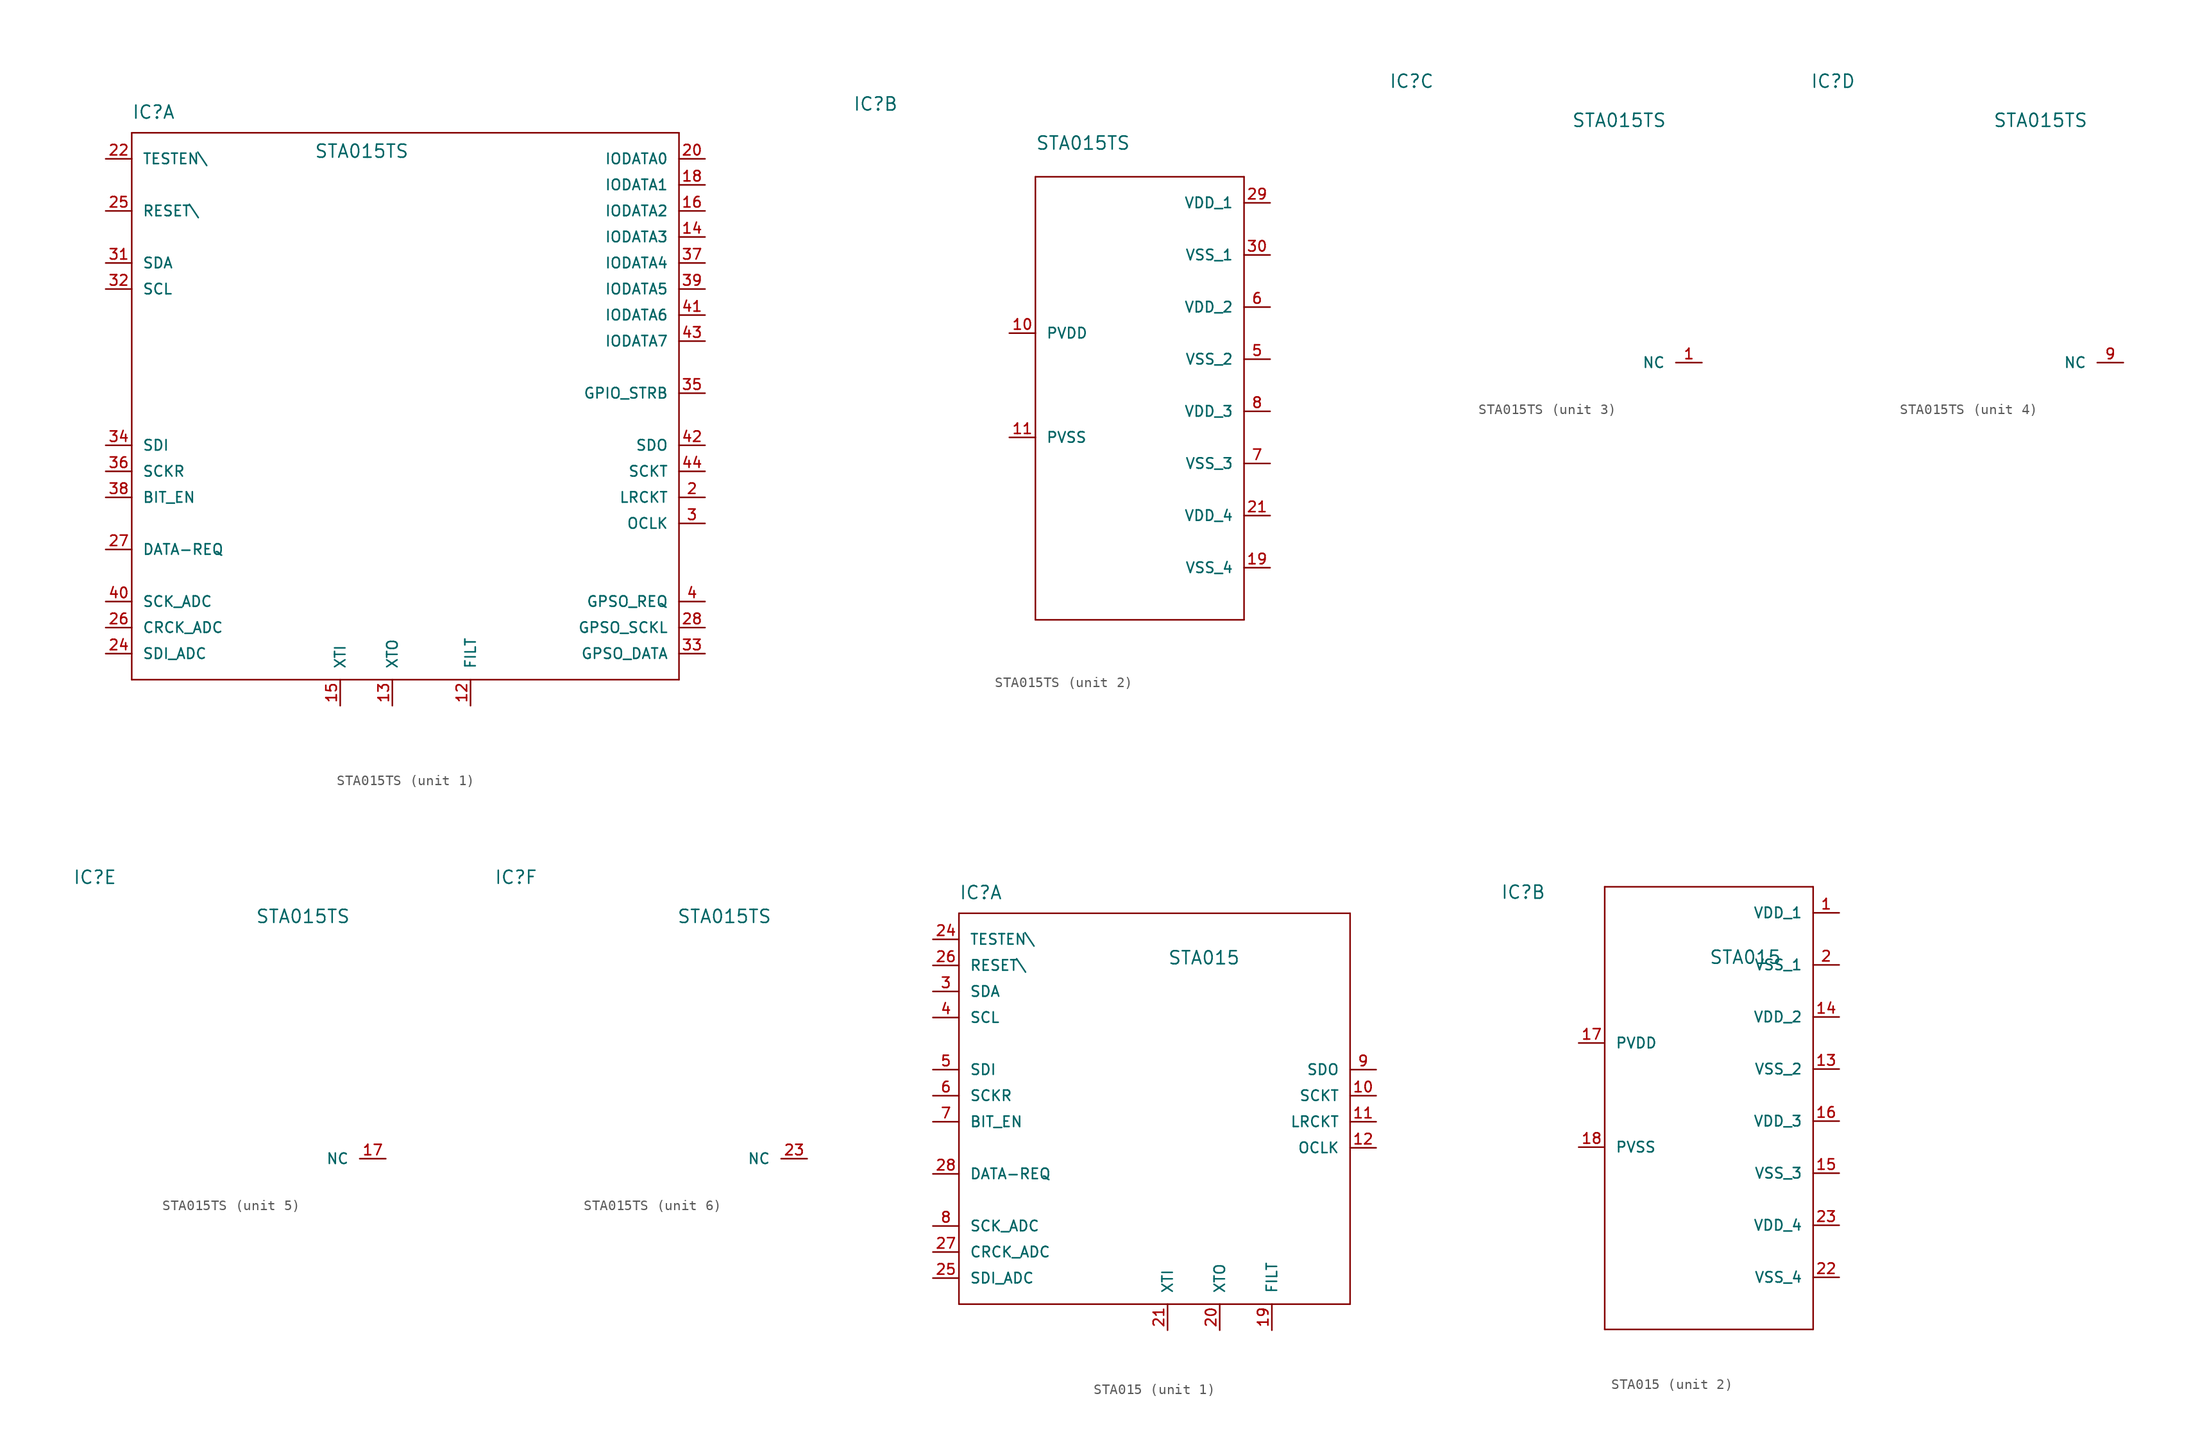
<source format=kicad_sym>
(kicad_symbol_lib
  (version 20211014)
  (generator kicad_symbol_editor)
  (symbol "STA015TS"
    (pin_names
      (offset 1.016))
    (property "Reference" "IC"
      (at -27.94 26.67 0)
      (effects (font (size 1.27 1.27)) (justify left bottom)))
    (property "Value" "STA015TS"
      (at -10.16 22.86 0)
      (effects (font (size 1.27 1.27)) (justify left bottom)))
    (property "ki_locked" ""
      (at 0 0 0)
      (effects (font (size 1.27 1.27))))
    (symbol "STA015TS_1_0"
      (polyline (pts (xy -27.94 -27.94) (xy -27.94 25.4)) (stroke (width 0) (type default) (color 0 0 0 0)) (fill (type none)))
      (polyline (pts (xy -27.94 25.4) (xy 25.4 25.4)) (stroke (width 0) (type default) (color 0 0 0 0)) (fill (type none)))
      (polyline (pts (xy 25.4 -27.94) (xy -27.94 -27.94)) (stroke (width 0) (type default) (color 0 0 0 0)) (fill (type none)))
      (polyline (pts (xy 25.4 25.4) (xy 25.4 -27.94)) (stroke (width 0) (type default) (color 0 0 0 0)) (fill (type none))))
    (symbol "STA015TS_1_1"
      (pin output line (at 5.08 -30.48 90) (length 2.54) (name "FILT" (effects (font (size 1.016 1.016)))) (number "12" (effects (font (size 1.016 1.016)))))
      (pin output line (at -2.54 -30.48 90) (length 2.54) (name "XTO" (effects (font (size 1.016 1.016)))) (number "13" (effects (font (size 1.016 1.016)))))
      (pin bidirectional line (at 27.94 15.24 180) (length 2.54) (name "IODATA3" (effects (font (size 1.016 1.016)))) (number "14" (effects (font (size 1.016 1.016)))))
      (pin input line (at -7.62 -30.48 90) (length 2.54) (name "XTI" (effects (font (size 1.016 1.016)))) (number "15" (effects (font (size 1.016 1.016)))))
      (pin bidirectional line (at 27.94 17.78 180) (length 2.54) (name "IODATA2" (effects (font (size 1.016 1.016)))) (number "16" (effects (font (size 1.016 1.016)))))
      (pin bidirectional line (at 27.94 20.32 180) (length 2.54) (name "IODATA1" (effects (font (size 1.016 1.016)))) (number "18" (effects (font (size 1.016 1.016)))))
      (pin output line (at 27.94 -10.16 180) (length 2.54) (name "LRCKT" (effects (font (size 1.016 1.016)))) (number "2" (effects (font (size 1.016 1.016)))))
      (pin bidirectional line (at 27.94 22.86 180) (length 2.54) (name "IODATA0" (effects (font (size 1.016 1.016)))) (number "20" (effects (font (size 1.016 1.016)))))
      (pin input line (at -30.48 22.86 0) (length 2.54) (name "TESTEN\\" (effects (font (size 1.016 1.016)))) (number "22" (effects (font (size 1.016 1.016)))))
      (pin input line (at -30.48 -25.4 0) (length 2.54) (name "SDI_ADC" (effects (font (size 1.016 1.016)))) (number "24" (effects (font (size 1.016 1.016)))))
      (pin input line (at -30.48 17.78 0) (length 2.54) (name "RESET\\" (effects (font (size 1.016 1.016)))) (number "25" (effects (font (size 1.016 1.016)))))
      (pin input line (at -30.48 -22.86 0) (length 2.54) (name "CRCK_ADC" (effects (font (size 1.016 1.016)))) (number "26" (effects (font (size 1.016 1.016)))))
      (pin output line (at -30.48 -15.24 0) (length 2.54) (name "DATA-REQ" (effects (font (size 1.016 1.016)))) (number "27" (effects (font (size 1.016 1.016)))))
      (pin output line (at 27.94 -22.86 180) (length 2.54) (name "GPSO_SCKL" (effects (font (size 1.016 1.016)))) (number "28" (effects (font (size 1.016 1.016)))))
      (pin bidirectional line (at 27.94 -12.7 180) (length 2.54) (name "OCLK" (effects (font (size 1.016 1.016)))) (number "3" (effects (font (size 1.016 1.016)))))
      (pin bidirectional line (at -30.48 12.7 0) (length 2.54) (name "SDA" (effects (font (size 1.016 1.016)))) (number "31" (effects (font (size 1.016 1.016)))))
      (pin input line (at -30.48 10.16 0) (length 2.54) (name "SCL" (effects (font (size 1.016 1.016)))) (number "32" (effects (font (size 1.016 1.016)))))
      (pin output line (at 27.94 -25.4 180) (length 2.54) (name "GPSO_DATA" (effects (font (size 1.016 1.016)))) (number "33" (effects (font (size 1.016 1.016)))))
      (pin input line (at -30.48 -5.08 0) (length 2.54) (name "SDI" (effects (font (size 1.016 1.016)))) (number "34" (effects (font (size 1.016 1.016)))))
      (pin bidirectional line (at 27.94 0 180) (length 2.54) (name "GPIO_STRB" (effects (font (size 1.016 1.016)))) (number "35" (effects (font (size 1.016 1.016)))))
      (pin input line (at -30.48 -7.62 0) (length 2.54) (name "SCKR" (effects (font (size 1.016 1.016)))) (number "36" (effects (font (size 1.016 1.016)))))
      (pin bidirectional line (at 27.94 12.7 180) (length 2.54) (name "IODATA4" (effects (font (size 1.016 1.016)))) (number "37" (effects (font (size 1.016 1.016)))))
      (pin input line (at -30.48 -10.16 0) (length 2.54) (name "BIT_EN" (effects (font (size 1.016 1.016)))) (number "38" (effects (font (size 1.016 1.016)))))
      (pin bidirectional line (at 27.94 10.16 180) (length 2.54) (name "IODATA5" (effects (font (size 1.016 1.016)))) (number "39" (effects (font (size 1.016 1.016)))))
      (pin output line (at 27.94 -20.32 180) (length 2.54) (name "GPSO_REQ" (effects (font (size 1.016 1.016)))) (number "4" (effects (font (size 1.016 1.016)))))
      (pin input line (at -30.48 -20.32 0) (length 2.54) (name "SCK_ADC" (effects (font (size 1.016 1.016)))) (number "40" (effects (font (size 1.016 1.016)))))
      (pin bidirectional line (at 27.94 7.62 180) (length 2.54) (name "IODATA6" (effects (font (size 1.016 1.016)))) (number "41" (effects (font (size 1.016 1.016)))))
      (pin output line (at 27.94 -5.08 180) (length 2.54) (name "SDO" (effects (font (size 1.016 1.016)))) (number "42" (effects (font (size 1.016 1.016)))))
      (pin bidirectional line (at 27.94 5.08 180) (length 2.54) (name "IODATA7" (effects (font (size 1.016 1.016)))) (number "43" (effects (font (size 1.016 1.016)))))
      (pin output line (at 27.94 -7.62 180) (length 2.54) (name "SCKT" (effects (font (size 1.016 1.016)))) (number "44" (effects (font (size 1.016 1.016))))))
    (symbol "STA015TS_2_0"
      (polyline (pts (xy -10.16 -22.86) (xy -10.16 20.32)) (stroke (width 0) (type default) (color 0 0 0 0)) (fill (type none)))
      (polyline (pts (xy -10.16 20.32) (xy 10.16 20.32)) (stroke (width 0) (type default) (color 0 0 0 0)) (fill (type none)))
      (polyline (pts (xy 10.16 -22.86) (xy -10.16 -22.86)) (stroke (width 0) (type default) (color 0 0 0 0)) (fill (type none)))
      (polyline (pts (xy 10.16 20.32) (xy 10.16 -22.86)) (stroke (width 0) (type default) (color 0 0 0 0)) (fill (type none))))
    (symbol "STA015TS_2_1"
      (pin power_in line (at -12.7 5.08 0) (length 2.54) (name "PVDD" (effects (font (size 1.016 1.016)))) (number "10" (effects (font (size 1.016 1.016)))))
      (pin power_in line (at -12.7 -5.08 0) (length 2.54) (name "PVSS" (effects (font (size 1.016 1.016)))) (number "11" (effects (font (size 1.016 1.016)))))
      (pin power_in line (at 12.7 -17.78 180) (length 2.54) (name "VSS_4" (effects (font (size 1.016 1.016)))) (number "19" (effects (font (size 1.016 1.016)))))
      (pin power_in line (at 12.7 -12.7 180) (length 2.54) (name "VDD_4" (effects (font (size 1.016 1.016)))) (number "21" (effects (font (size 1.016 1.016)))))
      (pin power_in line (at 12.7 17.78 180) (length 2.54) (name "VDD_1" (effects (font (size 1.016 1.016)))) (number "29" (effects (font (size 1.016 1.016)))))
      (pin power_in line (at 12.7 12.7 180) (length 2.54) (name "VSS_1" (effects (font (size 1.016 1.016)))) (number "30" (effects (font (size 1.016 1.016)))))
      (pin power_in line (at 12.7 2.54 180) (length 2.54) (name "VSS_2" (effects (font (size 1.016 1.016)))) (number "5" (effects (font (size 1.016 1.016)))))
      (pin power_in line (at 12.7 7.62 180) (length 2.54) (name "VDD_2" (effects (font (size 1.016 1.016)))) (number "6" (effects (font (size 1.016 1.016)))))
      (pin power_in line (at 12.7 -7.62 180) (length 2.54) (name "VSS_3" (effects (font (size 1.016 1.016)))) (number "7" (effects (font (size 1.016 1.016)))))
      (pin power_in line (at 12.7 -2.54 180) (length 2.54) (name "VDD_3" (effects (font (size 1.016 1.016)))) (number "8" (effects (font (size 1.016 1.016))))))
    (symbol "STA015TS_3_1"
      (pin unspecified line (at 2.54 0 180) (length 2.54) (name "NC" (effects (font (size 1.016 1.016)))) (number "1" (effects (font (size 1.016 1.016))))))
    (symbol "STA015TS_4_1"
      (pin unspecified line (at 2.54 0 180) (length 2.54) (name "NC" (effects (font (size 1.016 1.016)))) (number "9" (effects (font (size 1.016 1.016))))))
    (symbol "STA015TS_5_1"
      (pin unspecified line (at 2.54 0 180) (length 2.54) (name "NC" (effects (font (size 1.016 1.016)))) (number "17" (effects (font (size 1.016 1.016))))))
    (symbol "STA015TS_6_1"
      (pin unspecified line (at 2.54 0 180) (length 2.54) (name "NC" (effects (font (size 1.016 1.016)))) (number "23" (effects (font (size 1.016 1.016)))))))
  (symbol "STA015"
    (pin_names
      (offset 1.016))
    (property "Reference" "IC"
      (at -20.32 19.05 0)
      (effects (font (size 1.27 1.27)) (justify left bottom)))
    (property "Value" "STA015"
      (at 0 12.7 0)
      (effects (font (size 1.27 1.27)) (justify left bottom)))
    (property "ki_locked" ""
      (at 0 0 0)
      (effects (font (size 1.27 1.27))))
    (symbol "STA015_1_0"
      (polyline (pts (xy -20.32 -20.32) (xy -20.32 17.78)) (stroke (width 0) (type default) (color 0 0 0 0)) (fill (type none)))
      (polyline (pts (xy -20.32 17.78) (xy 17.78 17.78)) (stroke (width 0) (type default) (color 0 0 0 0)) (fill (type none)))
      (polyline (pts (xy 17.78 -20.32) (xy -20.32 -20.32)) (stroke (width 0) (type default) (color 0 0 0 0)) (fill (type none)))
      (polyline (pts (xy 17.78 17.78) (xy 17.78 -20.32)) (stroke (width 0) (type default) (color 0 0 0 0)) (fill (type none))))
    (symbol "STA015_1_1"
      (pin output line (at 20.32 0 180) (length 2.54) (name "SCKT" (effects (font (size 1.016 1.016)))) (number "10" (effects (font (size 1.016 1.016)))))
      (pin output line (at 20.32 -2.54 180) (length 2.54) (name "LRCKT" (effects (font (size 1.016 1.016)))) (number "11" (effects (font (size 1.016 1.016)))))
      (pin bidirectional line (at 20.32 -5.08 180) (length 2.54) (name "OCLK" (effects (font (size 1.016 1.016)))) (number "12" (effects (font (size 1.016 1.016)))))
      (pin output line (at 10.16 -22.86 90) (length 2.54) (name "FILT" (effects (font (size 1.016 1.016)))) (number "19" (effects (font (size 1.016 1.016)))))
      (pin output line (at 5.08 -22.86 90) (length 2.54) (name "XTO" (effects (font (size 1.016 1.016)))) (number "20" (effects (font (size 1.016 1.016)))))
      (pin input line (at 0 -22.86 90) (length 2.54) (name "XTI" (effects (font (size 1.016 1.016)))) (number "21" (effects (font (size 1.016 1.016)))))
      (pin input line (at -22.86 15.24 0) (length 2.54) (name "TESTEN\\" (effects (font (size 1.016 1.016)))) (number "24" (effects (font (size 1.016 1.016)))))
      (pin input line (at -22.86 -17.78 0) (length 2.54) (name "SDI_ADC" (effects (font (size 1.016 1.016)))) (number "25" (effects (font (size 1.016 1.016)))))
      (pin input line (at -22.86 12.7 0) (length 2.54) (name "RESET\\" (effects (font (size 1.016 1.016)))) (number "26" (effects (font (size 1.016 1.016)))))
      (pin input line (at -22.86 -15.24 0) (length 2.54) (name "CRCK_ADC" (effects (font (size 1.016 1.016)))) (number "27" (effects (font (size 1.016 1.016)))))
      (pin output line (at -22.86 -7.62 0) (length 2.54) (name "DATA-REQ" (effects (font (size 1.016 1.016)))) (number "28" (effects (font (size 1.016 1.016)))))
      (pin bidirectional line (at -22.86 10.16 0) (length 2.54) (name "SDA" (effects (font (size 1.016 1.016)))) (number "3" (effects (font (size 1.016 1.016)))))
      (pin input line (at -22.86 7.62 0) (length 2.54) (name "SCL" (effects (font (size 1.016 1.016)))) (number "4" (effects (font (size 1.016 1.016)))))
      (pin input line (at -22.86 2.54 0) (length 2.54) (name "SDI" (effects (font (size 1.016 1.016)))) (number "5" (effects (font (size 1.016 1.016)))))
      (pin input line (at -22.86 0 0) (length 2.54) (name "SCKR" (effects (font (size 1.016 1.016)))) (number "6" (effects (font (size 1.016 1.016)))))
      (pin input line (at -22.86 -2.54 0) (length 2.54) (name "BIT_EN" (effects (font (size 1.016 1.016)))) (number "7" (effects (font (size 1.016 1.016)))))
      (pin input line (at -22.86 -12.7 0) (length 2.54) (name "SCK_ADC" (effects (font (size 1.016 1.016)))) (number "8" (effects (font (size 1.016 1.016)))))
      (pin output line (at 20.32 2.54 180) (length 2.54) (name "SDO" (effects (font (size 1.016 1.016)))) (number "9" (effects (font (size 1.016 1.016))))))
    (symbol "STA015_2_0"
      (polyline (pts (xy -10.16 -22.86) (xy -10.16 20.32)) (stroke (width 0) (type default) (color 0 0 0 0)) (fill (type none)))
      (polyline (pts (xy -10.16 20.32) (xy 10.16 20.32)) (stroke (width 0) (type default) (color 0 0 0 0)) (fill (type none)))
      (polyline (pts (xy 10.16 -22.86) (xy -10.16 -22.86)) (stroke (width 0) (type default) (color 0 0 0 0)) (fill (type none)))
      (polyline (pts (xy 10.16 20.32) (xy 10.16 -22.86)) (stroke (width 0) (type default) (color 0 0 0 0)) (fill (type none))))
    (symbol "STA015_2_1"
      (pin power_in line (at 12.7 17.78 180) (length 2.54) (name "VDD_1" (effects (font (size 1.016 1.016)))) (number "1" (effects (font (size 1.016 1.016)))))
      (pin power_in line (at 12.7 2.54 180) (length 2.54) (name "VSS_2" (effects (font (size 1.016 1.016)))) (number "13" (effects (font (size 1.016 1.016)))))
      (pin power_in line (at 12.7 7.62 180) (length 2.54) (name "VDD_2" (effects (font (size 1.016 1.016)))) (number "14" (effects (font (size 1.016 1.016)))))
      (pin power_in line (at 12.7 -7.62 180) (length 2.54) (name "VSS_3" (effects (font (size 1.016 1.016)))) (number "15" (effects (font (size 1.016 1.016)))))
      (pin power_in line (at 12.7 -2.54 180) (length 2.54) (name "VDD_3" (effects (font (size 1.016 1.016)))) (number "16" (effects (font (size 1.016 1.016)))))
      (pin power_in line (at -12.7 5.08 0) (length 2.54) (name "PVDD" (effects (font (size 1.016 1.016)))) (number "17" (effects (font (size 1.016 1.016)))))
      (pin power_in line (at -12.7 -5.08 0) (length 2.54) (name "PVSS" (effects (font (size 1.016 1.016)))) (number "18" (effects (font (size 1.016 1.016)))))
      (pin power_in line (at 12.7 12.7 180) (length 2.54) (name "VSS_1" (effects (font (size 1.016 1.016)))) (number "2" (effects (font (size 1.016 1.016)))))
      (pin power_in line (at 12.7 -17.78 180) (length 2.54) (name "VSS_4" (effects (font (size 1.016 1.016)))) (number "22" (effects (font (size 1.016 1.016)))))
      (pin power_in line (at 12.7 -12.7 180) (length 2.54) (name "VDD_4" (effects (font (size 1.016 1.016)))) (number "23" (effects (font (size 1.016 1.016))))))))
</source>
